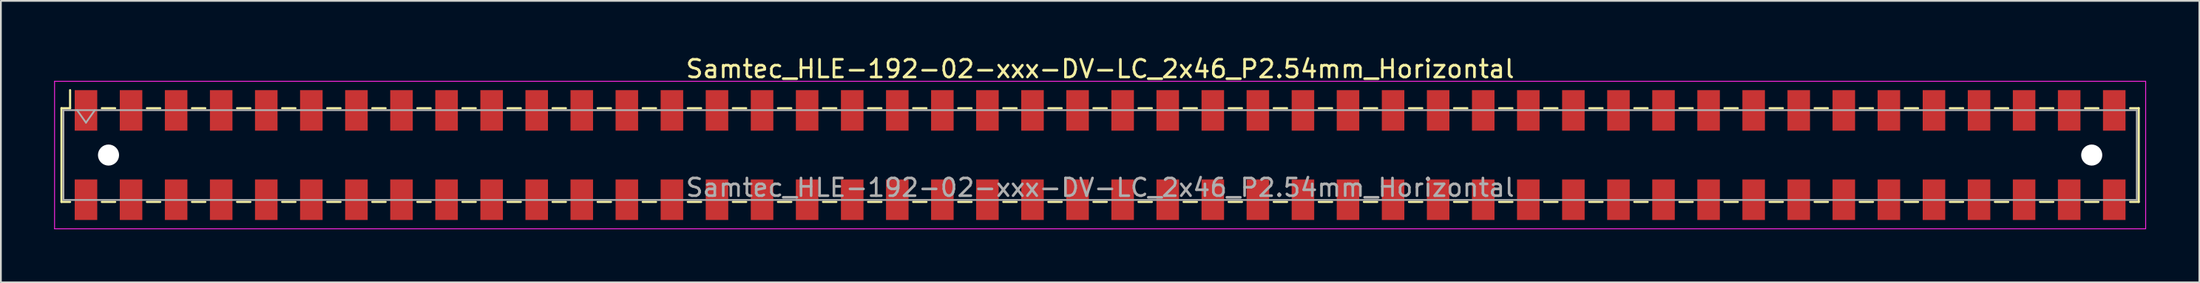
<source format=kicad_pcb>
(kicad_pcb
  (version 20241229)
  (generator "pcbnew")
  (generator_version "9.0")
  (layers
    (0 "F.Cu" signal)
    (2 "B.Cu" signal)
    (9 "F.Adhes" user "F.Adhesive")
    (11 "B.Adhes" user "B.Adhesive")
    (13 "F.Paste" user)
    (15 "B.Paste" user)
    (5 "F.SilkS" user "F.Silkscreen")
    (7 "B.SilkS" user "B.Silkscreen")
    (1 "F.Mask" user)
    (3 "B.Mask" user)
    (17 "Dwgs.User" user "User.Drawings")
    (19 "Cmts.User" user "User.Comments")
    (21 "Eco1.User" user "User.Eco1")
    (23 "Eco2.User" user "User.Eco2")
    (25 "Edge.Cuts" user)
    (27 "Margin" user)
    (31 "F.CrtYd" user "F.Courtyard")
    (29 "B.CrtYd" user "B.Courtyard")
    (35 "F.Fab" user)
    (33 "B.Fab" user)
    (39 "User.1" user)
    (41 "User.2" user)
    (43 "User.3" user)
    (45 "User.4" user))
  (footprint "Samtec_HLE-192-02-xxx-DV-LC_2x46_P2.54mm_Horizontal"
    (layer "F.Cu")
    (at 58.945 5.718)
    (property "Reference" "Samtec_HLE-192-02-xxx-DV-LC_2x46_P2.54mm_Horizontal" (at 0 -4.87 0) (layer "F.SilkS") (effects (font (size 1 1) (thickness 0.15))))
    (attr smd)
    (fp_line (start -58.53 -2.65) (end -58.53 2.65) (stroke (width 0.12) (type solid)) (layer "F.SilkS"))
    (fp_line (start -58.53 2.65) (end -58.045 2.65) (stroke (width 0.12) (type solid)) (layer "F.SilkS"))
    (fp_line (start -58.045 -3.67) (end -58.045 -2.65) (stroke (width 0.12) (type solid)) (layer "F.SilkS"))
    (fp_line (start -58.045 -2.65) (end -58.53 -2.65) (stroke (width 0.12) (type solid)) (layer "F.SilkS"))
    (fp_line (start -56.255 -2.65) (end -55.505 -2.65) (stroke (width 0.12) (type solid)) (layer "F.SilkS"))
    (fp_line (start -56.255 2.65) (end -55.505 2.65) (stroke (width 0.12) (type solid)) (layer "F.SilkS"))
    (fp_line (start -53.715 -2.65) (end -52.965 -2.65) (stroke (width 0.12) (type solid)) (layer "F.SilkS"))
    (fp_line (start -53.715 2.65) (end -52.965 2.65) (stroke (width 0.12) (type solid)) (layer "F.SilkS"))
    (fp_line (start -51.175 -2.65) (end -50.425 -2.65) (stroke (width 0.12) (type solid)) (layer "F.SilkS"))
    (fp_line (start -51.175 2.65) (end -50.425 2.65) (stroke (width 0.12) (type solid)) (layer "F.SilkS"))
    (fp_line (start -48.635 -2.65) (end -47.885 -2.65) (stroke (width 0.12) (type solid)) (layer "F.SilkS"))
    (fp_line (start -48.635 2.65) (end -47.885 2.65) (stroke (width 0.12) (type solid)) (layer "F.SilkS"))
    (fp_line (start -46.095 -2.65) (end -45.345 -2.65) (stroke (width 0.12) (type solid)) (layer "F.SilkS"))
    (fp_line (start -46.095 2.65) (end -45.345 2.65) (stroke (width 0.12) (type solid)) (layer "F.SilkS"))
    (fp_line (start -43.555 -2.65) (end -42.805 -2.65) (stroke (width 0.12) (type solid)) (layer "F.SilkS"))
    (fp_line (start -43.555 2.65) (end -42.805 2.65) (stroke (width 0.12) (type solid)) (layer "F.SilkS"))
    (fp_line (start -41.015 -2.65) (end -40.265 -2.65) (stroke (width 0.12) (type solid)) (layer "F.SilkS"))
    (fp_line (start -41.015 2.65) (end -40.265 2.65) (stroke (width 0.12) (type solid)) (layer "F.SilkS"))
    (fp_line (start -38.475 -2.65) (end -37.725 -2.65) (stroke (width 0.12) (type solid)) (layer "F.SilkS"))
    (fp_line (start -38.475 2.65) (end -37.725 2.65) (stroke (width 0.12) (type solid)) (layer "F.SilkS"))
    (fp_line (start -35.935 -2.65) (end -35.185 -2.65) (stroke (width 0.12) (type solid)) (layer "F.SilkS"))
    (fp_line (start -35.935 2.65) (end -35.185 2.65) (stroke (width 0.12) (type solid)) (layer "F.SilkS"))
    (fp_line (start -33.395 -2.65) (end -32.645 -2.65) (stroke (width 0.12) (type solid)) (layer "F.SilkS"))
    (fp_line (start -33.395 2.65) (end -32.645 2.65) (stroke (width 0.12) (type solid)) (layer "F.SilkS"))
    (fp_line (start -30.855 -2.65) (end -30.105 -2.65) (stroke (width 0.12) (type solid)) (layer "F.SilkS"))
    (fp_line (start -30.855 2.65) (end -30.105 2.65) (stroke (width 0.12) (type solid)) (layer "F.SilkS"))
    (fp_line (start -28.315 -2.65) (end -27.565 -2.65) (stroke (width 0.12) (type solid)) (layer "F.SilkS"))
    (fp_line (start -28.315 2.65) (end -27.565 2.65) (stroke (width 0.12) (type solid)) (layer "F.SilkS"))
    (fp_line (start -25.775 -2.65) (end -25.025 -2.65) (stroke (width 0.12) (type solid)) (layer "F.SilkS"))
    (fp_line (start -25.775 2.65) (end -25.025 2.65) (stroke (width 0.12) (type solid)) (layer "F.SilkS"))
    (fp_line (start -23.235 -2.65) (end -22.485 -2.65) (stroke (width 0.12) (type solid)) (layer "F.SilkS"))
    (fp_line (start -23.235 2.65) (end -22.485 2.65) (stroke (width 0.12) (type solid)) (layer "F.SilkS"))
    (fp_line (start -20.695 -2.65) (end -19.945 -2.65) (stroke (width 0.12) (type solid)) (layer "F.SilkS"))
    (fp_line (start -20.695 2.65) (end -19.945 2.65) (stroke (width 0.12) (type solid)) (layer "F.SilkS"))
    (fp_line (start -18.155 -2.65) (end -17.405 -2.65) (stroke (width 0.12) (type solid)) (layer "F.SilkS"))
    (fp_line (start -18.155 2.65) (end -17.405 2.65) (stroke (width 0.12) (type solid)) (layer "F.SilkS"))
    (fp_line (start -15.615 -2.65) (end -14.865 -2.65) (stroke (width 0.12) (type solid)) (layer "F.SilkS"))
    (fp_line (start -15.615 2.65) (end -14.865 2.65) (stroke (width 0.12) (type solid)) (layer "F.SilkS"))
    (fp_line (start -13.075 -2.65) (end -12.325 -2.65) (stroke (width 0.12) (type solid)) (layer "F.SilkS"))
    (fp_line (start -13.075 2.65) (end -12.325 2.65) (stroke (width 0.12) (type solid)) (layer "F.SilkS"))
    (fp_line (start -10.535 -2.65) (end -9.785 -2.65) (stroke (width 0.12) (type solid)) (layer "F.SilkS"))
    (fp_line (start -10.535 2.65) (end -9.785 2.65) (stroke (width 0.12) (type solid)) (layer "F.SilkS"))
    (fp_line (start -7.995 -2.65) (end -7.245 -2.65) (stroke (width 0.12) (type solid)) (layer "F.SilkS"))
    (fp_line (start -7.995 2.65) (end -7.245 2.65) (stroke (width 0.12) (type solid)) (layer "F.SilkS"))
    (fp_line (start -5.455 -2.65) (end -4.705 -2.65) (stroke (width 0.12) (type solid)) (layer "F.SilkS"))
    (fp_line (start -5.455 2.65) (end -4.705 2.65) (stroke (width 0.12) (type solid)) (layer "F.SilkS"))
    (fp_line (start -2.915 -2.65) (end -2.165 -2.65) (stroke (width 0.12) (type solid)) (layer "F.SilkS"))
    (fp_line (start -2.915 2.65) (end -2.165 2.65) (stroke (width 0.12) (type solid)) (layer "F.SilkS"))
    (fp_line (start -0.375 -2.65) (end 0.375 -2.65) (stroke (width 0.12) (type solid)) (layer "F.SilkS"))
    (fp_line (start -0.375 2.65) (end 0.375 2.65) (stroke (width 0.12) (type solid)) (layer "F.SilkS"))
    (fp_line (start 2.165 -2.65) (end 2.915 -2.65) (stroke (width 0.12) (type solid)) (layer "F.SilkS"))
    (fp_line (start 2.165 2.65) (end 2.915 2.65) (stroke (width 0.12) (type solid)) (layer "F.SilkS"))
    (fp_line (start 4.705 -2.65) (end 5.455 -2.65) (stroke (width 0.12) (type solid)) (layer "F.SilkS"))
    (fp_line (start 4.705 2.65) (end 5.455 2.65) (stroke (width 0.12) (type solid)) (layer "F.SilkS"))
    (fp_line (start 7.245 -2.65) (end 7.995 -2.65) (stroke (width 0.12) (type solid)) (layer "F.SilkS"))
    (fp_line (start 7.245 2.65) (end 7.995 2.65) (stroke (width 0.12) (type solid)) (layer "F.SilkS"))
    (fp_line (start 9.785 -2.65) (end 10.535 -2.65) (stroke (width 0.12) (type solid)) (layer "F.SilkS"))
    (fp_line (start 9.785 2.65) (end 10.535 2.65) (stroke (width 0.12) (type solid)) (layer "F.SilkS"))
    (fp_line (start 12.325 -2.65) (end 13.075 -2.65) (stroke (width 0.12) (type solid)) (layer "F.SilkS"))
    (fp_line (start 12.325 2.65) (end 13.075 2.65) (stroke (width 0.12) (type solid)) (layer "F.SilkS"))
    (fp_line (start 14.865 -2.65) (end 15.615 -2.65) (stroke (width 0.12) (type solid)) (layer "F.SilkS"))
    (fp_line (start 14.865 2.65) (end 15.615 2.65) (stroke (width 0.12) (type solid)) (layer "F.SilkS"))
    (fp_line (start 17.405 -2.65) (end 18.155 -2.65) (stroke (width 0.12) (type solid)) (layer "F.SilkS"))
    (fp_line (start 17.405 2.65) (end 18.155 2.65) (stroke (width 0.12) (type solid)) (layer "F.SilkS"))
    (fp_line (start 19.945 -2.65) (end 20.695 -2.65) (stroke (width 0.12) (type solid)) (layer "F.SilkS"))
    (fp_line (start 19.945 2.65) (end 20.695 2.65) (stroke (width 0.12) (type solid)) (layer "F.SilkS"))
    (fp_line (start 22.485 -2.65) (end 23.235 -2.65) (stroke (width 0.12) (type solid)) (layer "F.SilkS"))
    (fp_line (start 22.485 2.65) (end 23.235 2.65) (stroke (width 0.12) (type solid)) (layer "F.SilkS"))
    (fp_line (start 25.025 -2.65) (end 25.775 -2.65) (stroke (width 0.12) (type solid)) (layer "F.SilkS"))
    (fp_line (start 25.025 2.65) (end 25.775 2.65) (stroke (width 0.12) (type solid)) (layer "F.SilkS"))
    (fp_line (start 27.565 -2.65) (end 28.315 -2.65) (stroke (width 0.12) (type solid)) (layer "F.SilkS"))
    (fp_line (start 27.565 2.65) (end 28.315 2.65) (stroke (width 0.12) (type solid)) (layer "F.SilkS"))
    (fp_line (start 30.105 -2.65) (end 30.855 -2.65) (stroke (width 0.12) (type solid)) (layer "F.SilkS"))
    (fp_line (start 30.105 2.65) (end 30.855 2.65) (stroke (width 0.12) (type solid)) (layer "F.SilkS"))
    (fp_line (start 32.645 -2.65) (end 33.395 -2.65) (stroke (width 0.12) (type solid)) (layer "F.SilkS"))
    (fp_line (start 32.645 2.65) (end 33.395 2.65) (stroke (width 0.12) (type solid)) (layer "F.SilkS"))
    (fp_line (start 35.185 -2.65) (end 35.935 -2.65) (stroke (width 0.12) (type solid)) (layer "F.SilkS"))
    (fp_line (start 35.185 2.65) (end 35.935 2.65) (stroke (width 0.12) (type solid)) (layer "F.SilkS"))
    (fp_line (start 37.725 -2.65) (end 38.475 -2.65) (stroke (width 0.12) (type solid)) (layer "F.SilkS"))
    (fp_line (start 37.725 2.65) (end 38.475 2.65) (stroke (width 0.12) (type solid)) (layer "F.SilkS"))
    (fp_line (start 40.265 -2.65) (end 41.015 -2.65) (stroke (width 0.12) (type solid)) (layer "F.SilkS"))
    (fp_line (start 40.265 2.65) (end 41.015 2.65) (stroke (width 0.12) (type solid)) (layer "F.SilkS"))
    (fp_line (start 42.805 -2.65) (end 43.555 -2.65) (stroke (width 0.12) (type solid)) (layer "F.SilkS"))
    (fp_line (start 42.805 2.65) (end 43.555 2.65) (stroke (width 0.12) (type solid)) (layer "F.SilkS"))
    (fp_line (start 45.345 -2.65) (end 46.095 -2.65) (stroke (width 0.12) (type solid)) (layer "F.SilkS"))
    (fp_line (start 45.345 2.65) (end 46.095 2.65) (stroke (width 0.12) (type solid)) (layer "F.SilkS"))
    (fp_line (start 47.885 -2.65) (end 48.635 -2.65) (stroke (width 0.12) (type solid)) (layer "F.SilkS"))
    (fp_line (start 47.885 2.65) (end 48.635 2.65) (stroke (width 0.12) (type solid)) (layer "F.SilkS"))
    (fp_line (start 50.425 -2.65) (end 51.175 -2.65) (stroke (width 0.12) (type solid)) (layer "F.SilkS"))
    (fp_line (start 50.425 2.65) (end 51.175 2.65) (stroke (width 0.12) (type solid)) (layer "F.SilkS"))
    (fp_line (start 52.965 -2.65) (end 53.715 -2.65) (stroke (width 0.12) (type solid)) (layer "F.SilkS"))
    (fp_line (start 52.965 2.65) (end 53.715 2.65) (stroke (width 0.12) (type solid)) (layer "F.SilkS"))
    (fp_line (start 55.505 -2.65) (end 56.255 -2.65) (stroke (width 0.12) (type solid)) (layer "F.SilkS"))
    (fp_line (start 55.505 2.65) (end 56.255 2.65) (stroke (width 0.12) (type solid)) (layer "F.SilkS"))
    (fp_line (start 58.045 -2.65) (end 58.53 -2.65) (stroke (width 0.12) (type solid)) (layer "F.SilkS"))
    (fp_line (start 58.53 -2.65) (end 58.53 2.65) (stroke (width 0.12) (type solid)) (layer "F.SilkS"))
    (fp_line (start 58.53 2.65) (end 58.045 2.65) (stroke (width 0.12) (type solid)) (layer "F.SilkS"))
    (fp_line (start -58.92 -4.17) (end 58.92 -4.17) (stroke (width 0.05) (type solid)) (layer "F.CrtYd"))
    (fp_line (start -58.92 4.17) (end -58.92 -4.17) (stroke (width 0.05) (type solid)) (layer "F.CrtYd"))
    (fp_line (start 58.92 -4.17) (end 58.92 4.17) (stroke (width 0.05) (type solid)) (layer "F.CrtYd"))
    (fp_line (start 58.92 4.17) (end -58.92 4.17) (stroke (width 0.05) (type solid)) (layer "F.CrtYd"))
    (fp_line (start -58.42 -2.54) (end 58.42 -2.54) (stroke (width 0.1) (type solid)) (layer "F.Fab"))
    (fp_line (start -58.42 2.54) (end -58.42 -2.54) (stroke (width 0.1) (type solid)) (layer "F.Fab"))
    (fp_line (start -57.65 -2.54) (end -57.15 -1.833) (stroke (width 0.1) (type solid)) (layer "F.Fab"))
    (fp_line (start -57.15 -1.833) (end -56.65 -2.54) (stroke (width 0.1) (type solid)) (layer "F.Fab"))
    (fp_line (start 58.42 -2.54) (end 58.42 2.54) (stroke (width 0.1) (type solid)) (layer "F.Fab"))
    (fp_line (start 58.42 2.54) (end -58.42 2.54) (stroke (width 0.1) (type solid)) (layer "F.Fab"))
    (fp_text user "${REFERENCE}" (at 0 1.84 0) (layer "F.Fab") (effects (font (size 1 1) (thickness 0.15))))
    (pad "" np_thru_hole circle (at -55.88 0) (size 1.19 1.19) (drill 1.19) (layers "*.Cu" "*.Mask"))
    (pad "" np_thru_hole circle (at 55.88 0) (size 1.19 1.19) (drill 1.19) (layers "*.Cu" "*.Mask"))
    (pad "1" smd rect (at -57.15 -2.525) (size 1.27 2.29) (layers "F.Cu" "F.Mask" "F.Paste"))
    (pad "2" smd rect (at -57.15 2.525) (size 1.27 2.29) (layers "F.Cu" "F.Mask" "F.Paste"))
    (pad "3" smd rect (at -54.61 -2.525) (size 1.27 2.29) (layers "F.Cu" "F.Mask" "F.Paste"))
    (pad "4" smd rect (at -54.61 2.525) (size 1.27 2.29) (layers "F.Cu" "F.Mask" "F.Paste"))
    (pad "5" smd rect (at -52.07 -2.525) (size 1.27 2.29) (layers "F.Cu" "F.Mask" "F.Paste"))
    (pad "6" smd rect (at -52.07 2.525) (size 1.27 2.29) (layers "F.Cu" "F.Mask" "F.Paste"))
    (pad "7" smd rect (at -49.53 -2.525) (size 1.27 2.29) (layers "F.Cu" "F.Mask" "F.Paste"))
    (pad "8" smd rect (at -49.53 2.525) (size 1.27 2.29) (layers "F.Cu" "F.Mask" "F.Paste"))
    (pad "9" smd rect (at -46.99 -2.525) (size 1.27 2.29) (layers "F.Cu" "F.Mask" "F.Paste"))
    (pad "10" smd rect (at -46.99 2.525) (size 1.27 2.29) (layers "F.Cu" "F.Mask" "F.Paste"))
    (pad "11" smd rect (at -44.45 -2.525) (size 1.27 2.29) (layers "F.Cu" "F.Mask" "F.Paste"))
    (pad "12" smd rect (at -44.45 2.525) (size 1.27 2.29) (layers "F.Cu" "F.Mask" "F.Paste"))
    (pad "13" smd rect (at -41.91 -2.525) (size 1.27 2.29) (layers "F.Cu" "F.Mask" "F.Paste"))
    (pad "14" smd rect (at -41.91 2.525) (size 1.27 2.29) (layers "F.Cu" "F.Mask" "F.Paste"))
    (pad "15" smd rect (at -39.37 -2.525) (size 1.27 2.29) (layers "F.Cu" "F.Mask" "F.Paste"))
    (pad "16" smd rect (at -39.37 2.525) (size 1.27 2.29) (layers "F.Cu" "F.Mask" "F.Paste"))
    (pad "17" smd rect (at -36.83 -2.525) (size 1.27 2.29) (layers "F.Cu" "F.Mask" "F.Paste"))
    (pad "18" smd rect (at -36.83 2.525) (size 1.27 2.29) (layers "F.Cu" "F.Mask" "F.Paste"))
    (pad "19" smd rect (at -34.29 -2.525) (size 1.27 2.29) (layers "F.Cu" "F.Mask" "F.Paste"))
    (pad "20" smd rect (at -34.29 2.525) (size 1.27 2.29) (layers "F.Cu" "F.Mask" "F.Paste"))
    (pad "21" smd rect (at -31.75 -2.525) (size 1.27 2.29) (layers "F.Cu" "F.Mask" "F.Paste"))
    (pad "22" smd rect (at -31.75 2.525) (size 1.27 2.29) (layers "F.Cu" "F.Mask" "F.Paste"))
    (pad "23" smd rect (at -29.21 -2.525) (size 1.27 2.29) (layers "F.Cu" "F.Mask" "F.Paste"))
    (pad "24" smd rect (at -29.21 2.525) (size 1.27 2.29) (layers "F.Cu" "F.Mask" "F.Paste"))
    (pad "25" smd rect (at -26.67 -2.525) (size 1.27 2.29) (layers "F.Cu" "F.Mask" "F.Paste"))
    (pad "26" smd rect (at -26.67 2.525) (size 1.27 2.29) (layers "F.Cu" "F.Mask" "F.Paste"))
    (pad "27" smd rect (at -24.13 -2.525) (size 1.27 2.29) (layers "F.Cu" "F.Mask" "F.Paste"))
    (pad "28" smd rect (at -24.13 2.525) (size 1.27 2.29) (layers "F.Cu" "F.Mask" "F.Paste"))
    (pad "29" smd rect (at -21.59 -2.525) (size 1.27 2.29) (layers "F.Cu" "F.Mask" "F.Paste"))
    (pad "30" smd rect (at -21.59 2.525) (size 1.27 2.29) (layers "F.Cu" "F.Mask" "F.Paste"))
    (pad "31" smd rect (at -19.05 -2.525) (size 1.27 2.29) (layers "F.Cu" "F.Mask" "F.Paste"))
    (pad "32" smd rect (at -19.05 2.525) (size 1.27 2.29) (layers "F.Cu" "F.Mask" "F.Paste"))
    (pad "33" smd rect (at -16.51 -2.525) (size 1.27 2.29) (layers "F.Cu" "F.Mask" "F.Paste"))
    (pad "34" smd rect (at -16.51 2.525) (size 1.27 2.29) (layers "F.Cu" "F.Mask" "F.Paste"))
    (pad "35" smd rect (at -13.97 -2.525) (size 1.27 2.29) (layers "F.Cu" "F.Mask" "F.Paste"))
    (pad "36" smd rect (at -13.97 2.525) (size 1.27 2.29) (layers "F.Cu" "F.Mask" "F.Paste"))
    (pad "37" smd rect (at -11.43 -2.525) (size 1.27 2.29) (layers "F.Cu" "F.Mask" "F.Paste"))
    (pad "38" smd rect (at -11.43 2.525) (size 1.27 2.29) (layers "F.Cu" "F.Mask" "F.Paste"))
    (pad "39" smd rect (at -8.89 -2.525) (size 1.27 2.29) (layers "F.Cu" "F.Mask" "F.Paste"))
    (pad "40" smd rect (at -8.89 2.525) (size 1.27 2.29) (layers "F.Cu" "F.Mask" "F.Paste"))
    (pad "41" smd rect (at -6.35 -2.525) (size 1.27 2.29) (layers "F.Cu" "F.Mask" "F.Paste"))
    (pad "42" smd rect (at -6.35 2.525) (size 1.27 2.29) (layers "F.Cu" "F.Mask" "F.Paste"))
    (pad "43" smd rect (at -3.81 -2.525) (size 1.27 2.29) (layers "F.Cu" "F.Mask" "F.Paste"))
    (pad "44" smd rect (at -3.81 2.525) (size 1.27 2.29) (layers "F.Cu" "F.Mask" "F.Paste"))
    (pad "45" smd rect (at -1.27 -2.525) (size 1.27 2.29) (layers "F.Cu" "F.Mask" "F.Paste"))
    (pad "46" smd rect (at -1.27 2.525) (size 1.27 2.29) (layers "F.Cu" "F.Mask" "F.Paste"))
    (pad "47" smd rect (at 1.27 -2.525) (size 1.27 2.29) (layers "F.Cu" "F.Mask" "F.Paste"))
    (pad "48" smd rect (at 1.27 2.525) (size 1.27 2.29) (layers "F.Cu" "F.Mask" "F.Paste"))
    (pad "49" smd rect (at 3.81 -2.525) (size 1.27 2.29) (layers "F.Cu" "F.Mask" "F.Paste"))
    (pad "50" smd rect (at 3.81 2.525) (size 1.27 2.29) (layers "F.Cu" "F.Mask" "F.Paste"))
    (pad "51" smd rect (at 6.35 -2.525) (size 1.27 2.29) (layers "F.Cu" "F.Mask" "F.Paste"))
    (pad "52" smd rect (at 6.35 2.525) (size 1.27 2.29) (layers "F.Cu" "F.Mask" "F.Paste"))
    (pad "53" smd rect (at 8.89 -2.525) (size 1.27 2.29) (layers "F.Cu" "F.Mask" "F.Paste"))
    (pad "54" smd rect (at 8.89 2.525) (size 1.27 2.29) (layers "F.Cu" "F.Mask" "F.Paste"))
    (pad "55" smd rect (at 11.43 -2.525) (size 1.27 2.29) (layers "F.Cu" "F.Mask" "F.Paste"))
    (pad "56" smd rect (at 11.43 2.525) (size 1.27 2.29) (layers "F.Cu" "F.Mask" "F.Paste"))
    (pad "57" smd rect (at 13.97 -2.525) (size 1.27 2.29) (layers "F.Cu" "F.Mask" "F.Paste"))
    (pad "58" smd rect (at 13.97 2.525) (size 1.27 2.29) (layers "F.Cu" "F.Mask" "F.Paste"))
    (pad "59" smd rect (at 16.51 -2.525) (size 1.27 2.29) (layers "F.Cu" "F.Mask" "F.Paste"))
    (pad "60" smd rect (at 16.51 2.525) (size 1.27 2.29) (layers "F.Cu" "F.Mask" "F.Paste"))
    (pad "61" smd rect (at 19.05 -2.525) (size 1.27 2.29) (layers "F.Cu" "F.Mask" "F.Paste"))
    (pad "62" smd rect (at 19.05 2.525) (size 1.27 2.29) (layers "F.Cu" "F.Mask" "F.Paste"))
    (pad "63" smd rect (at 21.59 -2.525) (size 1.27 2.29) (layers "F.Cu" "F.Mask" "F.Paste"))
    (pad "64" smd rect (at 21.59 2.525) (size 1.27 2.29) (layers "F.Cu" "F.Mask" "F.Paste"))
    (pad "65" smd rect (at 24.13 -2.525) (size 1.27 2.29) (layers "F.Cu" "F.Mask" "F.Paste"))
    (pad "66" smd rect (at 24.13 2.525) (size 1.27 2.29) (layers "F.Cu" "F.Mask" "F.Paste"))
    (pad "67" smd rect (at 26.67 -2.525) (size 1.27 2.29) (layers "F.Cu" "F.Mask" "F.Paste"))
    (pad "68" smd rect (at 26.67 2.525) (size 1.27 2.29) (layers "F.Cu" "F.Mask" "F.Paste"))
    (pad "69" smd rect (at 29.21 -2.525) (size 1.27 2.29) (layers "F.Cu" "F.Mask" "F.Paste"))
    (pad "70" smd rect (at 29.21 2.525) (size 1.27 2.29) (layers "F.Cu" "F.Mask" "F.Paste"))
    (pad "71" smd rect (at 31.75 -2.525) (size 1.27 2.29) (layers "F.Cu" "F.Mask" "F.Paste"))
    (pad "72" smd rect (at 31.75 2.525) (size 1.27 2.29) (layers "F.Cu" "F.Mask" "F.Paste"))
    (pad "73" smd rect (at 34.29 -2.525) (size 1.27 2.29) (layers "F.Cu" "F.Mask" "F.Paste"))
    (pad "74" smd rect (at 34.29 2.525) (size 1.27 2.29) (layers "F.Cu" "F.Mask" "F.Paste"))
    (pad "75" smd rect (at 36.83 -2.525) (size 1.27 2.29) (layers "F.Cu" "F.Mask" "F.Paste"))
    (pad "76" smd rect (at 36.83 2.525) (size 1.27 2.29) (layers "F.Cu" "F.Mask" "F.Paste"))
    (pad "77" smd rect (at 39.37 -2.525) (size 1.27 2.29) (layers "F.Cu" "F.Mask" "F.Paste"))
    (pad "78" smd rect (at 39.37 2.525) (size 1.27 2.29) (layers "F.Cu" "F.Mask" "F.Paste"))
    (pad "79" smd rect (at 41.91 -2.525) (size 1.27 2.29) (layers "F.Cu" "F.Mask" "F.Paste"))
    (pad "80" smd rect (at 41.91 2.525) (size 1.27 2.29) (layers "F.Cu" "F.Mask" "F.Paste"))
    (pad "81" smd rect (at 44.45 -2.525) (size 1.27 2.29) (layers "F.Cu" "F.Mask" "F.Paste"))
    (pad "82" smd rect (at 44.45 2.525) (size 1.27 2.29) (layers "F.Cu" "F.Mask" "F.Paste"))
    (pad "83" smd rect (at 46.99 -2.525) (size 1.27 2.29) (layers "F.Cu" "F.Mask" "F.Paste"))
    (pad "84" smd rect (at 46.99 2.525) (size 1.27 2.29) (layers "F.Cu" "F.Mask" "F.Paste"))
    (pad "85" smd rect (at 49.53 -2.525) (size 1.27 2.29) (layers "F.Cu" "F.Mask" "F.Paste"))
    (pad "86" smd rect (at 49.53 2.525) (size 1.27 2.29) (layers "F.Cu" "F.Mask" "F.Paste"))
    (pad "87" smd rect (at 52.07 -2.525) (size 1.27 2.29) (layers "F.Cu" "F.Mask" "F.Paste"))
    (pad "88" smd rect (at 52.07 2.525) (size 1.27 2.29) (layers "F.Cu" "F.Mask" "F.Paste"))
    (pad "89" smd rect (at 54.61 -2.525) (size 1.27 2.29) (layers "F.Cu" "F.Mask" "F.Paste"))
    (pad "90" smd rect (at 54.61 2.525) (size 1.27 2.29) (layers "F.Cu" "F.Mask" "F.Paste"))
    (pad "91" smd rect (at 57.15 -2.525) (size 1.27 2.29) (layers "F.Cu" "F.Mask" "F.Paste"))
    (pad "92" smd rect (at 57.15 2.525) (size 1.27 2.29) (layers "F.Cu" "F.Mask" "F.Paste")))
  (gr_rect
    (start -3 -3)
    (end 120.89 12.913)
    (stroke (width 0.1) (type default))
    (fill no)
    (layer "Edge.Cuts")))
</source>
